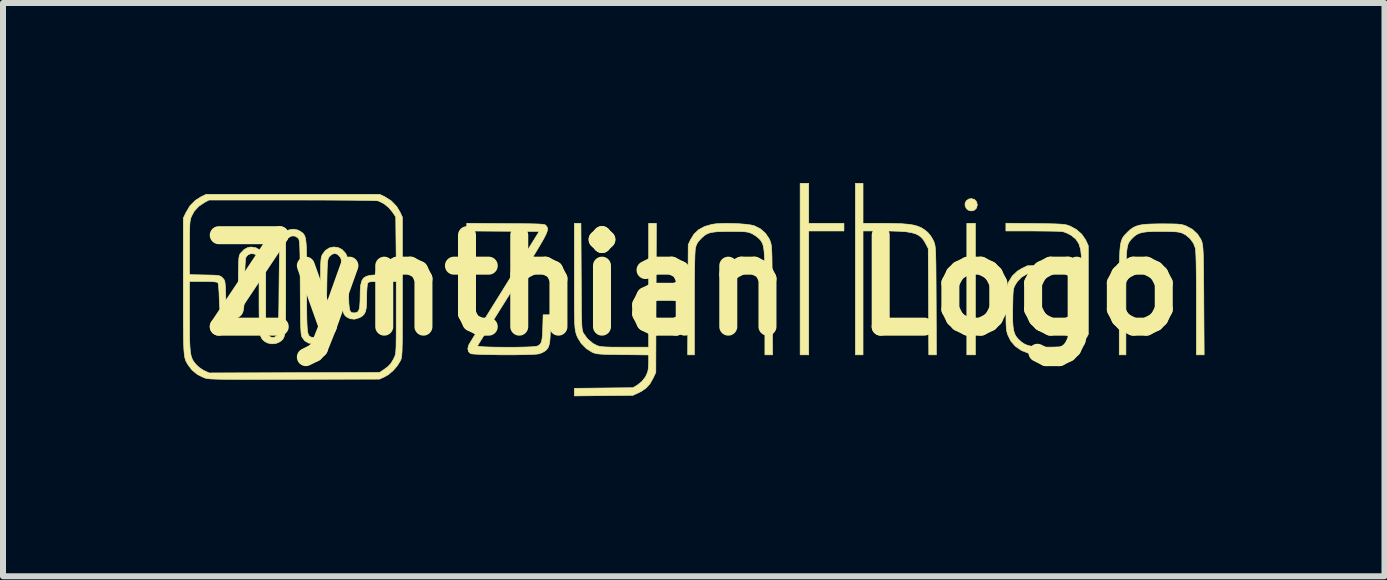
<source format=kicad_pcb>
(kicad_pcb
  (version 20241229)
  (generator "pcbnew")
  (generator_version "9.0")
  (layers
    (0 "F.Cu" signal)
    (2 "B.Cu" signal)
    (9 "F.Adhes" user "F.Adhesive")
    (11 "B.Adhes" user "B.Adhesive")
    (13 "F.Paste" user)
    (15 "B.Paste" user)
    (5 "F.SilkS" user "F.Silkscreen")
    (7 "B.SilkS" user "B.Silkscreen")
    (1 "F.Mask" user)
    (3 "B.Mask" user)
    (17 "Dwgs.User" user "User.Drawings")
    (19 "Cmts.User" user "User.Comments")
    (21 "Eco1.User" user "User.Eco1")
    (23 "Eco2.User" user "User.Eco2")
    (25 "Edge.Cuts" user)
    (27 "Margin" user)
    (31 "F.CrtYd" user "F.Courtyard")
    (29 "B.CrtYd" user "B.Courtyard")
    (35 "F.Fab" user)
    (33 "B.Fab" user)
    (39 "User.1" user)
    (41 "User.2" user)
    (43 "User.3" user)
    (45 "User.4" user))
  (footprint "Zynthian Logo"
    (layer "F.Cu")
    (at 8.506 1.704)
    (property "Reference" "Zynthian Logo" (at 0 0 0) (layer "F.SilkS") (effects (font (size 1.524 1.524) (thickness 0.3))))
    (attr through_hole)
    (fp_poly (pts (xy 4.699 1.159) (xy 4.556 1.159) (xy 4.556 -1.032) (xy 4.699 -1.032) (xy 4.699 1.159)) (stroke (width 0.01) (type solid)) (fill yes) (layer "F.SilkS"))
    (fp_poly (pts (xy 1.921 -1.032) (xy 2.508 -1.032) (xy 2.508 -0.905) (xy 1.921 -0.905) (xy 1.921 1.159) (xy 1.778 1.159) (xy 1.778 -1.699) (xy 1.921 -1.699) (xy 1.921 -1.032)) (stroke (width 0.01) (type solid)) (fill yes) (layer "F.SilkS"))
    (fp_poly (pts (xy 4.683 -1.431) (xy 4.718 -1.393) (xy 4.731 -1.339) (xy 4.718 -1.288) (xy 4.684 -1.253) (xy 4.639 -1.239) (xy 4.59 -1.247) (xy 4.556 -1.27) (xy 4.528 -1.317) (xy 4.526 -1.365) (xy 4.547 -1.408) (xy 4.588 -1.437) (xy 4.63 -1.445) (xy 4.683 -1.431)) (stroke (width 0.01) (type solid)) (fill yes) (layer "F.SilkS"))
    (fp_poly (pts (xy 2.826 -1.032) (xy 3.179 -1.032) (xy 3.338 -1.03) (xy 3.469 -1.026) (xy 3.577 -1.017) (xy 3.665 -1.004) (xy 3.737 -0.984) (xy 3.798 -0.958) (xy 3.851 -0.925) (xy 3.901 -0.884) (xy 3.909 -0.876) (xy 3.95 -0.827) (xy 3.988 -0.766) (xy 4.005 -0.731) (xy 4.012 -0.712) (xy 4.019 -0.692) (xy 4.024 -0.671) (xy 4.028 -0.644) (xy 4.032 -0.609) (xy 4.035 -0.563) (xy 4.037 -0.504) (xy 4.039 -0.429) (xy 4.041 -0.336) (xy 4.042 -0.221) (xy 4.043 -0.082) (xy 4.044 0.083) (xy 4.045 0.258) (xy 4.049 1.159) (xy 3.922 1.159) (xy 3.918 0.273) (xy 3.913 -0.612) (xy 3.873 -0.689) (xy 3.84 -0.747) (xy 3.803 -0.793) (xy 3.757 -0.83) (xy 3.701 -0.858) (xy 3.63 -0.878) (xy 3.541 -0.892) (xy 3.429 -0.9) (xy 3.292 -0.904) (xy 3.179 -0.905) (xy 2.826 -0.905) (xy 2.826 1.159) (xy 2.699 1.159) (xy 2.699 -1.699) (xy 2.826 -1.699) (xy 2.826 -1.032)) (stroke (width 0.01) (type solid)) (fill yes) (layer "F.SilkS"))
    (fp_poly (pts (xy -1.87 -0.147) (xy -1.869 0.043) (xy -1.868 0.204) (xy -1.867 0.338) (xy -1.866 0.449) (xy -1.864 0.538) (xy -1.862 0.609) (xy -1.86 0.664) (xy -1.857 0.705) (xy -1.853 0.736) (xy -1.849 0.759) (xy -1.843 0.776) (xy -1.837 0.791) (xy -1.831 0.802) (xy -1.764 0.894) (xy -1.676 0.968) (xy -1.619 0.999) (xy -1.595 1.009) (xy -1.569 1.017) (xy -1.537 1.022) (xy -1.494 1.026) (xy -1.437 1.029) (xy -1.361 1.031) (xy -1.261 1.031) (xy -1.147 1.032) (xy -0.746 1.032) (xy -0.746 -1.032) (xy -0.618 -1.032) (xy -0.623 0.21) (xy -0.627 1.453) (xy -0.672 1.548) (xy -0.725 1.642) (xy -0.788 1.712) (xy -0.869 1.768) (xy -0.911 1.789) (xy -1.008 1.834) (xy -1.496 1.839) (xy -1.984 1.844) (xy -1.984 1.717) (xy -1.496 1.712) (xy -1.008 1.707) (xy -0.936 1.664) (xy -0.86 1.604) (xy -0.798 1.525) (xy -0.762 1.443) (xy -0.754 1.4) (xy -0.748 1.338) (xy -0.746 1.275) (xy -0.746 1.161) (xy -1.179 1.156) (xy -1.308 1.154) (xy -1.41 1.153) (xy -1.488 1.15) (xy -1.547 1.147) (xy -1.591 1.143) (xy -1.625 1.138) (xy -1.652 1.13) (xy -1.676 1.121) (xy -1.691 1.114) (xy -1.786 1.054) (xy -1.868 0.971) (xy -1.93 0.872) (xy -1.953 0.814) (xy -1.959 0.791) (xy -1.965 0.766) (xy -1.97 0.738) (xy -1.974 0.704) (xy -1.977 0.66) (xy -1.98 0.605) (xy -1.981 0.535) (xy -1.983 0.447) (xy -1.984 0.339) (xy -1.984 0.208) (xy -1.984 0.051) (xy -1.984 -0.134) (xy -1.984 -1.032) (xy -1.875 -1.032) (xy -1.87 -0.147)) (stroke (width 0.01) (type solid)) (fill yes) (layer "F.SilkS"))
    (fp_poly (pts (xy 0.676 -1.029) (xy 0.781 -1.024) (xy 0.878 -1.016) (xy 0.957 -1.005) (xy 1.013 -0.992) (xy 1.013 -0.992) (xy 1.115 -0.941) (xy 1.2 -0.867) (xy 1.262 -0.775) (xy 1.273 -0.75) (xy 1.281 -0.73) (xy 1.287 -0.711) (xy 1.293 -0.689) (xy 1.298 -0.663) (xy 1.301 -0.629) (xy 1.304 -0.585) (xy 1.307 -0.528) (xy 1.309 -0.456) (xy 1.31 -0.365) (xy 1.311 -0.254) (xy 1.312 -0.119) (xy 1.313 0.043) (xy 1.314 0.233) (xy 1.314 0.25) (xy 1.319 1.159) (xy 1.191 1.159) (xy 1.191 0.297) (xy 1.191 0.097) (xy 1.19 -0.073) (xy 1.189 -0.217) (xy 1.188 -0.337) (xy 1.185 -0.436) (xy 1.181 -0.516) (xy 1.176 -0.58) (xy 1.169 -0.63) (xy 1.16 -0.669) (xy 1.149 -0.7) (xy 1.136 -0.726) (xy 1.12 -0.748) (xy 1.101 -0.77) (xy 1.096 -0.775) (xy 1.051 -0.814) (xy 0.995 -0.85) (xy 0.972 -0.862) (xy 0.942 -0.875) (xy 0.911 -0.884) (xy 0.874 -0.89) (xy 0.825 -0.894) (xy 0.759 -0.896) (xy 0.669 -0.897) (xy 0.619 -0.897) (xy 0.497 -0.896) (xy 0.401 -0.893) (xy 0.327 -0.885) (xy 0.269 -0.873) (xy 0.222 -0.854) (xy 0.181 -0.828) (xy 0.141 -0.793) (xy 0.127 -0.779) (xy 0.08 -0.727) (xy 0.051 -0.679) (xy 0.034 -0.623) (xy 0.034 -0.621) (xy 0.029 -0.581) (xy 0.025 -0.51) (xy 0.022 -0.407) (xy 0.019 -0.272) (xy 0.017 -0.105) (xy 0.016 0.093) (xy 0.016 0.31) (xy 0.016 1.159) (xy -0.096 1.159) (xy -0.092 0.242) (xy -0.087 -0.675) (xy -0.051 -0.754) (xy 0.008 -0.851) (xy 0.085 -0.925) (xy 0.184 -0.979) (xy 0.308 -1.015) (xy 0.312 -1.016) (xy 0.379 -1.025) (xy 0.468 -1.03) (xy 0.569 -1.031) (xy 0.676 -1.029)) (stroke (width 0.01) (type solid)) (fill yes) (layer "F.SilkS"))
    (fp_poly (pts (xy 7.919 -1.023) (xy 8.001 -1.022) (xy 8.063 -1.02) (xy 8.109 -1.015) (xy 8.147 -1.009) (xy 8.18 -0.999) (xy 8.215 -0.986) (xy 8.215 -0.986) (xy 8.316 -0.931) (xy 8.398 -0.856) (xy 8.456 -0.766) (xy 8.472 -0.727) (xy 8.478 -0.706) (xy 8.483 -0.682) (xy 8.487 -0.651) (xy 8.491 -0.61) (xy 8.494 -0.558) (xy 8.497 -0.492) (xy 8.499 -0.408) (xy 8.5 -0.304) (xy 8.502 -0.178) (xy 8.503 -0.027) (xy 8.505 0.151) (xy 8.505 0.258) (xy 8.511 1.159) (xy 8.382 1.159) (xy 8.382 0.31) (xy 8.382 0.1) (xy 8.381 -0.086) (xy 8.379 -0.246) (xy 8.377 -0.38) (xy 8.374 -0.486) (xy 8.37 -0.562) (xy 8.366 -0.609) (xy 8.365 -0.617) (xy 8.332 -0.702) (xy 8.275 -0.779) (xy 8.201 -0.841) (xy 8.148 -0.868) (xy 8.115 -0.879) (xy 8.077 -0.887) (xy 8.028 -0.892) (xy 7.964 -0.895) (xy 7.877 -0.897) (xy 7.787 -0.897) (xy 7.664 -0.896) (xy 7.569 -0.892) (xy 7.494 -0.883) (xy 7.436 -0.868) (xy 7.389 -0.847) (xy 7.347 -0.817) (xy 7.306 -0.777) (xy 7.305 -0.776) (xy 7.285 -0.754) (xy 7.268 -0.732) (xy 7.253 -0.708) (xy 7.241 -0.679) (xy 7.232 -0.642) (xy 7.224 -0.595) (xy 7.218 -0.536) (xy 7.214 -0.461) (xy 7.211 -0.368) (xy 7.209 -0.254) (xy 7.208 -0.117) (xy 7.207 0.045) (xy 7.207 0.236) (xy 7.207 0.297) (xy 7.207 1.159) (xy 7.096 1.159) (xy 7.096 0.275) (xy 7.096 0.07) (xy 7.096 -0.106) (xy 7.097 -0.256) (xy 7.099 -0.381) (xy 7.102 -0.485) (xy 7.106 -0.57) (xy 7.112 -0.639) (xy 7.12 -0.694) (xy 7.131 -0.738) (xy 7.144 -0.773) (xy 7.16 -0.802) (xy 7.179 -0.828) (xy 7.202 -0.853) (xy 7.229 -0.88) (xy 7.23 -0.882) (xy 7.277 -0.925) (xy 7.324 -0.959) (xy 7.375 -0.984) (xy 7.435 -1.002) (xy 7.509 -1.014) (xy 7.602 -1.02) (xy 7.719 -1.023) (xy 7.811 -1.024) (xy 7.919 -1.023)) (stroke (width 0.01) (type solid)) (fill yes) (layer "F.SilkS"))
    (fp_poly (pts (xy -3.128 -1.028) (xy -2.967 -1.027) (xy -2.835 -1.026) (xy -2.729 -1.025) (xy -2.646 -1.023) (xy -2.582 -1.021) (xy -2.535 -1.018) (xy -2.503 -1.015) (xy -2.481 -1.01) (xy -2.467 -1.005) (xy -2.459 -0.998) (xy -2.454 -0.992) (xy -2.443 -0.977) (xy -2.435 -0.962) (xy -2.431 -0.944) (xy -2.432 -0.923) (xy -2.439 -0.895) (xy -2.453 -0.859) (xy -2.475 -0.813) (xy -2.506 -0.755) (xy -2.548 -0.683) (xy -2.6 -0.596) (xy -2.664 -0.49) (xy -2.742 -0.364) (xy -2.834 -0.217) (xy -2.941 -0.046) (xy -3.01 0.065) (xy -3.108 0.221) (xy -3.201 0.369) (xy -3.287 0.507) (xy -3.366 0.633) (xy -3.435 0.745) (xy -3.494 0.841) (xy -3.542 0.917) (xy -3.576 0.972) (xy -3.595 1.005) (xy -3.599 1.012) (xy -3.586 1.017) (xy -3.546 1.022) (xy -3.484 1.026) (xy -3.403 1.029) (xy -3.309 1.031) (xy -3.205 1.032) (xy -3.098 1.033) (xy -2.991 1.033) (xy -2.888 1.031) (xy -2.795 1.029) (xy -2.715 1.026) (xy -2.654 1.022) (xy -2.616 1.017) (xy -2.61 1.016) (xy -2.576 1.001) (xy -2.552 0.979) (xy -2.534 0.946) (xy -2.523 0.896) (xy -2.516 0.826) (xy -2.512 0.729) (xy -2.511 0.71) (xy -2.505 0.492) (xy -2.378 0.492) (xy -2.384 0.734) (xy -2.387 0.843) (xy -2.393 0.924) (xy -2.403 0.985) (xy -2.417 1.029) (xy -2.438 1.063) (xy -2.466 1.09) (xy -2.478 1.099) (xy -2.521 1.123) (xy -2.574 1.142) (xy -2.581 1.144) (xy -2.618 1.148) (xy -2.68 1.152) (xy -2.763 1.155) (xy -2.862 1.157) (xy -2.972 1.159) (xy -3.089 1.159) (xy -3.208 1.159) (xy -3.325 1.157) (xy -3.435 1.155) (xy -3.533 1.153) (xy -3.614 1.149) (xy -3.675 1.145) (xy -3.71 1.14) (xy -3.715 1.138) (xy -3.749 1.105) (xy -3.76 1.057) (xy -3.746 0.999) (xy -3.741 0.989) (xy -3.729 0.968) (xy -3.701 0.923) (xy -3.66 0.855) (xy -3.606 0.768) (xy -3.541 0.662) (xy -3.466 0.542) (xy -3.383 0.408) (xy -3.293 0.264) (xy -3.198 0.111) (xy -3.144 0.024) (xy -2.571 -0.897) (xy -3.174 -0.901) (xy -3.778 -0.905) (xy -3.778 -1.033) (xy -3.128 -1.028)) (stroke (width 0.01) (type solid)) (fill yes) (layer "F.SilkS"))
    (fp_poly (pts (xy 5.695 -1.029) (xy 5.833 -1.027) (xy 5.944 -1.025) (xy 6.03 -1.023) (xy 6.097 -1.02) (xy 6.148 -1.017) (xy 6.187 -1.012) (xy 6.218 -1.006) (xy 6.245 -0.998) (xy 6.272 -0.987) (xy 6.277 -0.986) (xy 6.383 -0.928) (xy 6.471 -0.851) (xy 6.535 -0.757) (xy 6.543 -0.742) (xy 6.58 -0.659) (xy 6.58 0.818) (xy 6.533 0.903) (xy 6.464 0.998) (xy 6.374 1.077) (xy 6.293 1.122) (xy 6.248 1.134) (xy 6.179 1.144) (xy 6.091 1.151) (xy 5.993 1.155) (xy 5.89 1.156) (xy 5.79 1.155) (xy 5.7 1.15) (xy 5.627 1.142) (xy 5.588 1.134) (xy 5.467 1.087) (xy 5.366 1.017) (xy 5.288 0.928) (xy 5.236 0.821) (xy 5.23 0.801) (xy 5.221 0.764) (xy 5.215 0.721) (xy 5.211 0.666) (xy 5.209 0.594) (xy 5.208 0.502) (xy 5.319 0.502) (xy 5.321 0.608) (xy 5.327 0.692) (xy 5.338 0.758) (xy 5.354 0.81) (xy 5.377 0.853) (xy 5.408 0.891) (xy 5.426 0.909) (xy 5.472 0.95) (xy 5.52 0.981) (xy 5.574 1.003) (xy 5.641 1.018) (xy 5.725 1.027) (xy 5.832 1.03) (xy 5.905 1.031) (xy 5.999 1.03) (xy 6.086 1.027) (xy 6.159 1.023) (xy 6.212 1.018) (xy 6.231 1.014) (xy 6.291 0.986) (xy 6.352 0.936) (xy 6.405 0.875) (xy 6.442 0.812) (xy 6.447 0.798) (xy 6.454 0.76) (xy 6.459 0.691) (xy 6.465 0.592) (xy 6.469 0.464) (xy 6.472 0.306) (xy 6.473 0.257) (xy 6.48 -0.225) (xy 6.046 -0.219) (xy 5.911 -0.217) (xy 5.805 -0.214) (xy 5.723 -0.211) (xy 5.661 -0.208) (xy 5.615 -0.203) (xy 5.583 -0.197) (xy 5.56 -0.189) (xy 5.556 -0.187) (xy 5.468 -0.135) (xy 5.401 -0.066) (xy 5.37 -0.019) (xy 5.355 0.008) (xy 5.344 0.032) (xy 5.336 0.06) (xy 5.33 0.096) (xy 5.326 0.145) (xy 5.324 0.213) (xy 5.322 0.305) (xy 5.321 0.368) (xy 5.319 0.502) (xy 5.208 0.502) (xy 5.208 0.501) (xy 5.21 0.381) (xy 5.21 0.369) (xy 5.212 0.254) (xy 5.214 0.165) (xy 5.217 0.098) (xy 5.222 0.049) (xy 5.228 0.012) (xy 5.236 -0.018) (xy 5.247 -0.044) (xy 5.248 -0.048) (xy 5.313 -0.154) (xy 5.4 -0.237) (xy 5.474 -0.281) (xy 5.564 -0.325) (xy 6.017 -0.333) (xy 6.469 -0.341) (xy 6.465 -0.476) (xy 6.453 -0.596) (xy 6.423 -0.692) (xy 6.374 -0.767) (xy 6.303 -0.827) (xy 6.29 -0.835) (xy 6.234 -0.865) (xy 6.178 -0.887) (xy 6.148 -0.895) (xy 6.116 -0.897) (xy 6.058 -0.9) (xy 5.977 -0.902) (xy 5.88 -0.903) (xy 5.769 -0.904) (xy 5.651 -0.905) (xy 5.648 -0.905) (xy 5.207 -0.905) (xy 5.207 -1.034) (xy 5.695 -1.029)) (stroke (width 0.01) (type solid)) (fill yes) (layer "F.SilkS"))
    (fp_poly (pts (xy -5.144 -1.475) (xy -5.035 -1.406) (xy -4.946 -1.314) (xy -4.891 -1.222) (xy -4.85 -1.135) (xy -4.85 0.024) (xy -4.85 0.243) (xy -4.85 0.433) (xy -4.85 0.596) (xy -4.851 0.734) (xy -4.851 0.849) (xy -4.852 0.944) (xy -4.854 1.021) (xy -4.855 1.082) (xy -4.858 1.13) (xy -4.861 1.166) (xy -4.864 1.194) (xy -4.868 1.215) (xy -4.873 1.232) (xy -4.879 1.246) (xy -4.884 1.258) (xy -4.935 1.342) (xy -5.005 1.422) (xy -5.083 1.488) (xy -5.148 1.526) (xy -5.231 1.564) (xy -6.652 1.567) (xy -6.897 1.568) (xy -7.112 1.568) (xy -7.299 1.569) (xy -7.462 1.569) (xy -7.6 1.568) (xy -7.717 1.568) (xy -7.815 1.567) (xy -7.895 1.566) (xy -7.96 1.564) (xy -8.012 1.562) (xy -8.053 1.56) (xy -8.084 1.557) (xy -8.109 1.553) (xy -8.128 1.549) (xy -8.145 1.544) (xy -8.159 1.539) (xy -8.266 1.487) (xy -8.354 1.414) (xy -8.41 1.343) (xy -8.427 1.318) (xy -8.441 1.294) (xy -8.454 1.271) (xy -8.465 1.244) (xy -8.474 1.213) (xy -8.481 1.174) (xy -8.487 1.125) (xy -8.492 1.064) (xy -8.495 0.989) (xy -8.498 0.897) (xy -8.499 0.785) (xy -8.5 0.652) (xy -8.501 0.513) (xy -8.398 0.513) (xy -8.398 0.679) (xy -8.397 0.816) (xy -8.395 0.928) (xy -8.391 1.019) (xy -8.385 1.091) (xy -8.377 1.148) (xy -8.366 1.193) (xy -8.352 1.23) (xy -8.334 1.263) (xy -8.311 1.293) (xy -8.292 1.317) (xy -8.242 1.365) (xy -8.181 1.408) (xy -8.153 1.423) (xy -8.072 1.461) (xy -6.652 1.457) (xy -5.231 1.453) (xy -5.164 1.409) (xy -5.093 1.357) (xy -5.042 1.303) (xy -5.001 1.235) (xy -4.991 1.214) (xy -4.981 1.194) (xy -4.973 1.173) (xy -4.967 1.151) (xy -4.962 1.122) (xy -4.959 1.083) (xy -4.956 1.032) (xy -4.955 0.965) (xy -4.954 0.878) (xy -4.953 0.769) (xy -4.953 0.632) (xy -4.953 0.536) (xy -4.953 -0.064) (xy -5.183 -0.064) (xy -5.273 -0.063) (xy -5.337 -0.062) (xy -5.379 -0.059) (xy -5.405 -0.053) (xy -5.42 -0.045) (xy -5.429 -0.033) (xy -5.429 -0.033) (xy -5.435 -0.006) (xy -5.44 0.046) (xy -5.444 0.115) (xy -5.445 0.194) (xy -5.445 0.199) (xy -5.447 0.304) (xy -5.453 0.382) (xy -5.466 0.44) (xy -5.487 0.481) (xy -5.518 0.513) (xy -5.561 0.538) (xy -5.566 0.541) (xy -5.646 0.565) (xy -5.72 0.558) (xy -5.777 0.53) (xy -5.8 0.511) (xy -5.818 0.489) (xy -5.832 0.459) (xy -5.843 0.419) (xy -5.85 0.363) (xy -5.854 0.289) (xy -5.857 0.193) (xy -5.858 0.071) (xy -5.858 -0.011) (xy -5.858 -0.137) (xy -5.859 -0.236) (xy -5.86 -0.31) (xy -5.863 -0.365) (xy -5.867 -0.405) (xy -5.872 -0.433) (xy -5.879 -0.454) (xy -5.888 -0.47) (xy -5.929 -0.515) (xy -5.977 -0.53) (xy -6.026 -0.516) (xy -6.071 -0.473) (xy -6.075 -0.466) (xy -6.083 -0.453) (xy -6.089 -0.435) (xy -6.094 -0.41) (xy -6.098 -0.374) (xy -6.101 -0.324) (xy -6.104 -0.258) (xy -6.106 -0.172) (xy -6.108 -0.062) (xy -6.11 0.073) (xy -6.112 0.206) (xy -6.114 0.366) (xy -6.116 0.497) (xy -6.118 0.602) (xy -6.121 0.685) (xy -6.124 0.748) (xy -6.127 0.795) (xy -6.131 0.829) (xy -6.136 0.852) (xy -6.143 0.869) (xy -6.148 0.878) (xy -6.202 0.936) (xy -6.272 0.968) (xy -6.334 0.974) (xy -6.415 0.963) (xy -6.477 0.926) (xy -6.52 0.869) (xy -6.527 0.855) (xy -6.532 0.837) (xy -6.537 0.812) (xy -6.54 0.778) (xy -6.543 0.731) (xy -6.546 0.669) (xy -6.548 0.589) (xy -6.549 0.489) (xy -6.551 0.365) (xy -6.552 0.215) (xy -6.553 0.036) (xy -6.553 0.032) (xy -6.554 -0.146) (xy -6.555 -0.295) (xy -6.556 -0.418) (xy -6.557 -0.517) (xy -6.559 -0.595) (xy -6.561 -0.655) (xy -6.564 -0.7) (xy -6.567 -0.732) (xy -6.572 -0.754) (xy -6.577 -0.77) (xy -6.583 -0.78) (xy -6.591 -0.789) (xy -6.591 -0.789) (xy -6.639 -0.82) (xy -6.693 -0.822) (xy -6.745 -0.796) (xy -6.756 -0.787) (xy -6.795 -0.748) (xy -6.795 0.027) (xy -6.795 0.212) (xy -6.795 0.368) (xy -6.796 0.497) (xy -6.797 0.603) (xy -6.8 0.688) (xy -6.804 0.755) (xy -6.81 0.807) (xy -6.818 0.846) (xy -6.829 0.875) (xy -6.842 0.897) (xy -6.858 0.915) (xy -6.877 0.93) (xy -6.895 0.943) (xy -6.954 0.969) (xy -7.026 0.976) (xy -7.096 0.962) (xy -7.139 0.94) (xy -7.163 0.921) (xy -7.183 0.902) (xy -7.199 0.878) (xy -7.212 0.847) (xy -7.222 0.805) (xy -7.229 0.75) (xy -7.233 0.678) (xy -7.236 0.586) (xy -7.238 0.472) (xy -7.239 0.331) (xy -7.239 0.181) (xy -7.239 0.017) (xy -7.24 -0.118) (xy -7.241 -0.227) (xy -7.244 -0.314) (xy -7.249 -0.38) (xy -7.255 -0.43) (xy -7.264 -0.465) (xy -7.275 -0.489) (xy -7.29 -0.505) (xy -7.308 -0.516) (xy -7.323 -0.523) (xy -7.375 -0.527) (xy -7.423 -0.507) (xy -7.457 -0.468) (xy -7.459 -0.463) (xy -7.464 -0.435) (xy -7.469 -0.379) (xy -7.473 -0.299) (xy -7.477 -0.199) (xy -7.479 -0.083) (xy -7.48 -0.008) (xy -7.482 0.128) (xy -7.485 0.236) (xy -7.489 0.319) (xy -7.495 0.383) (xy -7.504 0.43) (xy -7.517 0.465) (xy -7.534 0.492) (xy -7.556 0.514) (xy -7.585 0.534) (xy -7.588 0.537) (xy -7.655 0.564) (xy -7.726 0.564) (xy -7.795 0.538) (xy -7.853 0.487) (xy -7.87 0.465) (xy -7.882 0.441) (xy -7.89 0.407) (xy -7.896 0.358) (xy -7.9 0.288) (xy -7.903 0.199) (xy -7.906 0.117) (xy -7.911 0.046) (xy -7.917 -0.009) (xy -7.923 -0.04) (xy -7.925 -0.044) (xy -7.944 -0.052) (xy -7.985 -0.058) (xy -8.051 -0.062) (xy -8.146 -0.063) (xy -8.17 -0.064) (xy -8.398 -0.064) (xy -8.398 0.513) (xy -8.501 0.513) (xy -8.501 0.496) (xy -8.501 0.313) (xy -8.501 0.102) (xy -8.501 0.008) (xy -8.501 -0.62) (xy -8.398 -0.62) (xy -8.398 -0.177) (xy -8.144 -0.172) (xy -8.049 -0.17) (xy -7.981 -0.168) (xy -7.933 -0.164) (xy -7.901 -0.158) (xy -7.879 -0.15) (xy -7.862 -0.138) (xy -7.847 -0.123) (xy -7.83 -0.105) (xy -7.817 -0.086) (xy -7.809 -0.062) (xy -7.804 -0.026) (xy -7.8 0.027) (xy -7.797 0.103) (xy -7.795 0.157) (xy -7.791 0.252) (xy -7.787 0.319) (xy -7.781 0.366) (xy -7.774 0.397) (xy -7.764 0.417) (xy -7.756 0.427) (xy -7.714 0.455) (xy -7.668 0.456) (xy -7.627 0.433) (xy -7.599 0.388) (xy -7.596 0.376) (xy -7.594 0.351) (xy -7.592 0.299) (xy -7.589 0.225) (xy -7.587 0.133) (xy -7.586 0.027) (xy -7.584 -0.074) (xy -7.583 -0.201) (xy -7.581 -0.299) (xy -7.579 -0.374) (xy -7.577 -0.428) (xy -7.573 -0.467) (xy -7.567 -0.495) (xy -7.56 -0.514) (xy -7.551 -0.529) (xy -7.548 -0.534) (xy -7.488 -0.596) (xy -7.424 -0.63) (xy -7.37 -0.638) (xy -7.288 -0.624) (xy -7.219 -0.583) (xy -7.167 -0.515) (xy -7.164 -0.508) (xy -7.155 -0.49) (xy -7.147 -0.471) (xy -7.141 -0.449) (xy -7.137 -0.42) (xy -7.133 -0.381) (xy -7.131 -0.329) (xy -7.129 -0.26) (xy -7.128 -0.172) (xy -7.128 -0.06) (xy -7.128 0.078) (xy -7.128 0.176) (xy -7.128 0.789) (xy -7.089 0.831) (xy -7.041 0.865) (xy -6.993 0.87) (xy -6.948 0.845) (xy -6.944 0.84) (xy -6.937 0.831) (xy -6.931 0.819) (xy -6.926 0.8) (xy -6.922 0.774) (xy -6.919 0.736) (xy -6.916 0.683) (xy -6.914 0.614) (xy -6.912 0.526) (xy -6.91 0.415) (xy -6.908 0.28) (xy -6.907 0.117) (xy -6.906 0.018) (xy -6.904 -0.161) (xy -6.902 -0.311) (xy -6.9 -0.434) (xy -6.898 -0.535) (xy -6.896 -0.614) (xy -6.894 -0.676) (xy -6.891 -0.723) (xy -6.887 -0.758) (xy -6.882 -0.783) (xy -6.877 -0.801) (xy -6.87 -0.816) (xy -6.866 -0.824) (xy -6.814 -0.884) (xy -6.747 -0.921) (xy -6.672 -0.935) (xy -6.598 -0.922) (xy -6.555 -0.901) (xy -6.531 -0.884) (xy -6.51 -0.869) (xy -6.494 -0.851) (xy -6.48 -0.828) (xy -6.469 -0.797) (xy -6.461 -0.756) (xy -6.455 -0.702) (xy -6.45 -0.632) (xy -6.448 -0.543) (xy -6.446 -0.432) (xy -6.445 -0.298) (xy -6.445 -0.136) (xy -6.445 0.005) (xy -6.445 0.189) (xy -6.445 0.345) (xy -6.444 0.474) (xy -6.442 0.579) (xy -6.439 0.662) (xy -6.435 0.727) (xy -6.429 0.775) (xy -6.421 0.81) (xy -6.411 0.834) (xy -6.398 0.849) (xy -6.383 0.859) (xy -6.365 0.865) (xy -6.358 0.867) (xy -6.309 0.87) (xy -6.272 0.85) (xy -6.244 0.815) (xy -6.236 0.802) (xy -6.23 0.785) (xy -6.226 0.761) (xy -6.222 0.726) (xy -6.219 0.679) (xy -6.217 0.615) (xy -6.216 0.531) (xy -6.215 0.424) (xy -6.215 0.292) (xy -6.215 0.159) (xy -6.215 0.004) (xy -6.215 -0.124) (xy -6.214 -0.226) (xy -6.213 -0.306) (xy -6.211 -0.368) (xy -6.208 -0.414) (xy -6.204 -0.448) (xy -6.199 -0.473) (xy -6.193 -0.493) (xy -6.185 -0.51) (xy -6.182 -0.516) (xy -6.132 -0.581) (xy -6.069 -0.622) (xy -5.997 -0.638) (xy -5.925 -0.63) (xy -5.858 -0.598) (xy -5.803 -0.541) (xy -5.788 -0.516) (xy -5.778 -0.495) (xy -5.77 -0.472) (xy -5.764 -0.443) (xy -5.759 -0.404) (xy -5.756 -0.351) (xy -5.754 -0.28) (xy -5.752 -0.186) (xy -5.75 -0.066) (xy -5.749 -0.024) (xy -5.748 0.113) (xy -5.745 0.221) (xy -5.742 0.304) (xy -5.736 0.365) (xy -5.728 0.408) (xy -5.717 0.436) (xy -5.702 0.451) (xy -5.682 0.458) (xy -5.658 0.46) (xy -5.65 0.46) (xy -5.614 0.455) (xy -5.588 0.437) (xy -5.571 0.401) (xy -5.561 0.344) (xy -5.556 0.261) (xy -5.555 0.207) (xy -5.553 0.087) (xy -5.545 -0.005) (xy -5.528 -0.072) (xy -5.499 -0.119) (xy -5.453 -0.149) (xy -5.388 -0.166) (xy -5.299 -0.173) (xy -5.182 -0.175) (xy -5.178 -0.175) (xy -4.951 -0.175) (xy -4.956 -0.657) (xy -4.961 -1.139) (xy -5.016 -1.221) (xy -5.08 -1.297) (xy -5.157 -1.359) (xy -5.237 -1.4) (xy -5.269 -1.409) (xy -5.293 -1.41) (xy -5.347 -1.412) (xy -5.427 -1.414) (xy -5.532 -1.415) (xy -5.659 -1.417) (xy -5.806 -1.418) (xy -5.97 -1.419) (xy -6.149 -1.42) (xy -6.34 -1.42) (xy -6.542 -1.421) (xy -6.699 -1.421) (xy -8.072 -1.421) (xy -8.144 -1.383) (xy -8.243 -1.317) (xy -8.319 -1.234) (xy -8.366 -1.147) (xy -8.376 -1.119) (xy -8.383 -1.09) (xy -8.389 -1.056) (xy -8.393 -1.011) (xy -8.395 -0.952) (xy -8.397 -0.875) (xy -8.398 -0.776) (xy -8.398 -0.65) (xy -8.398 -0.62) (xy -8.501 -0.62) (xy -8.501 -1.119) (xy -8.459 -1.208) (xy -8.39 -1.324) (xy -8.301 -1.414) (xy -8.21 -1.472) (xy -8.12 -1.516) (xy -5.231 -1.516) (xy -5.144 -1.475)) (stroke (width 0.01) (type solid)) (fill yes) (layer "F.SilkS")))
  (gr_rect
    (start -3 -3)
    (end 20.022 6.553)
    (stroke (width 0.1) (type default))
    (fill no)
    (layer "Edge.Cuts")))
</source>
